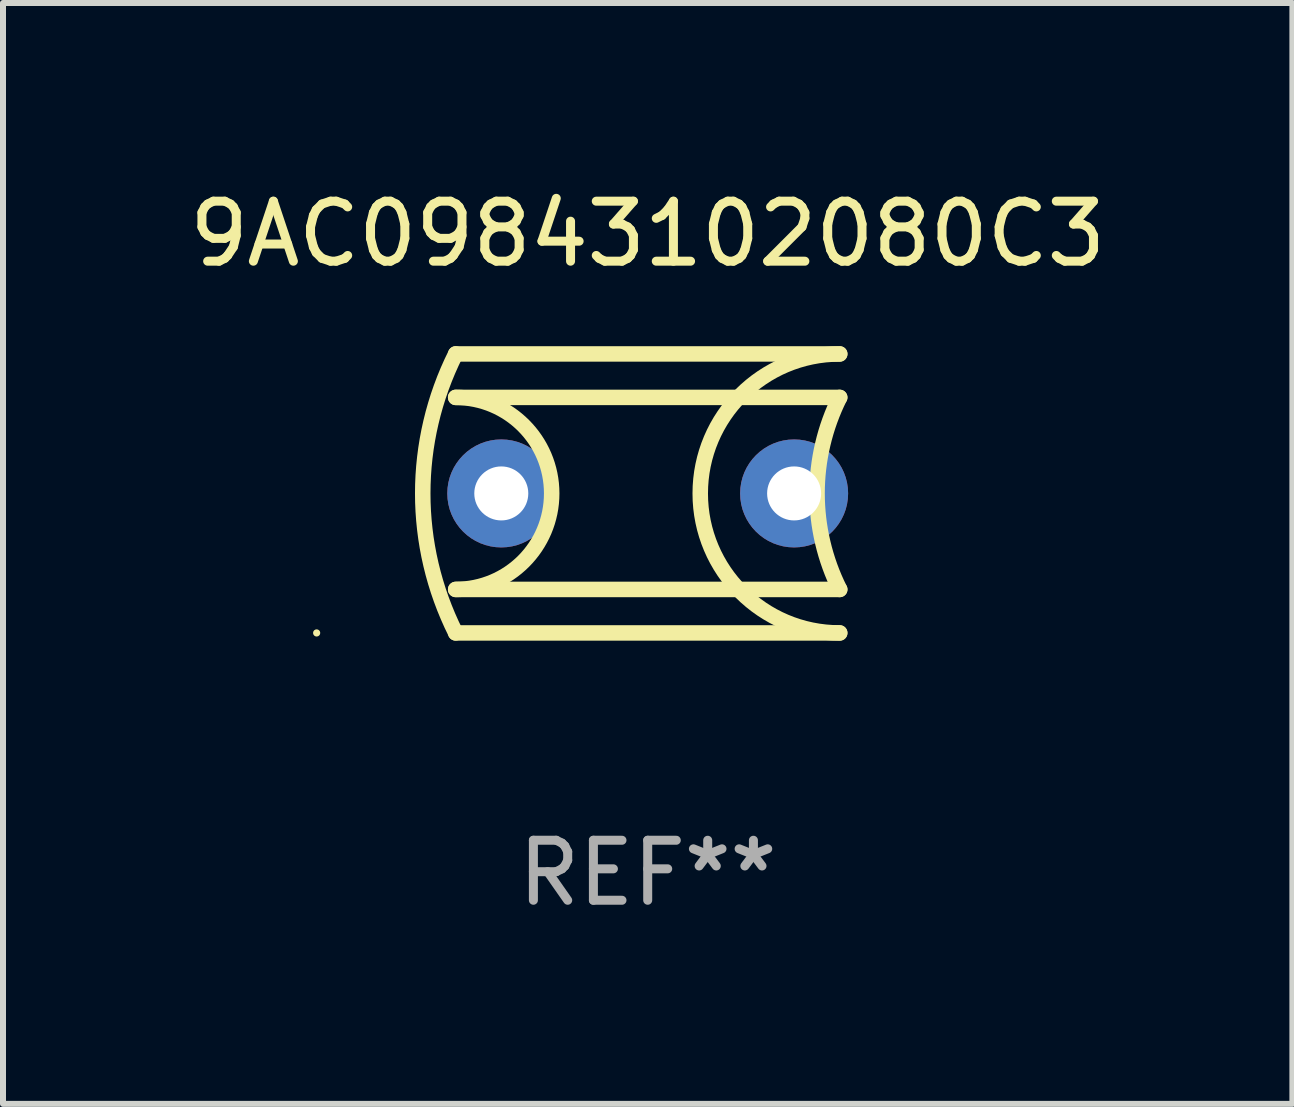
<source format=kicad_pcb>
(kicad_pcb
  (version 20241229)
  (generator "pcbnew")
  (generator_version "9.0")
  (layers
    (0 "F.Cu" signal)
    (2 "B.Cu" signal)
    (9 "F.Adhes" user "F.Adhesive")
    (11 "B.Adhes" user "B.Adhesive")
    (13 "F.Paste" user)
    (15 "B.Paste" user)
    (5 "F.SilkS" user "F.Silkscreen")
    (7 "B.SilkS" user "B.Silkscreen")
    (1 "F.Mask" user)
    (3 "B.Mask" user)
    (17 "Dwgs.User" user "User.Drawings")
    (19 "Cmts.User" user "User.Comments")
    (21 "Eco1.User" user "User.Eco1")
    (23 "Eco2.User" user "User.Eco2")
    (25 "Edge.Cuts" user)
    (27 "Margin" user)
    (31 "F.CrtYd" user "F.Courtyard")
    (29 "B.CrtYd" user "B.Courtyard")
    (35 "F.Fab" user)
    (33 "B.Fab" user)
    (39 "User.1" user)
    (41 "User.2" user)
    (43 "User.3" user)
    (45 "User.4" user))
  (footprint "9AC09843102080C3"
    (layer "F.Cu")
    (at 7.744 5.173)
    (property "Reference" "9AC09843102080C3" (at 0 -4.325 0) (layer "F.SilkS") (effects (font (size 1 1) (thickness 0.15))))
    (attr through_hole)
    (fp_line (start -3.2 -2.325) (end 3.2 -2.325) (stroke (width 0.258) (type solid)) (layer "F.SilkS"))
    (fp_line (start -3.2 1.6) (end 3.2 1.6) (stroke (width 0.258) (type solid)) (layer "F.SilkS"))
    (fp_line (start 3.2 2.325) (end -3.2 2.325) (stroke (width 0.258) (type solid)) (layer "F.SilkS"))
    (fp_line (start 3.2 -1.6) (end -3.2 -1.6) (stroke (width 0.258) (type solid)) (layer "F.SilkS"))
    (fp_arc (start -3.200382 2.324143) (mid -3.748993 -0.000455) (end -3.199975 -2.324956) (stroke (width 0.258065) (type solid)) (layer "F.SilkS"))
    (fp_arc (start -3.20038 -1.600166) (mid -1.600253 -0.000253) (end -3.199975 1.600064) (stroke (width 0.258065) (type solid)) (layer "F.SilkS"))
    (fp_arc (start 3.199949 2.324981) (mid 0.87592 0.000216) (end 3.200431 -2.324067) (stroke (width 0.258065) (type solid)) (layer "F.SilkS"))
    (fp_arc (start 3.200432 1.600241) (mid 2.82255 0.000178) (end 3.2 -1.599987) (stroke (width 0.258065) (type solid)) (layer "F.SilkS"))
    (fp_circle (center -5.517 2.325) (end -5.487 2.325) (stroke (width 0.06) (type solid)) (fill no) (layer "F.SilkS"))
    (fp_text user "REF**" (at 0 6.325 0) (layer "F.Fab") (effects (font (size 1 1) (thickness 0.15))))
    (pad "1" thru_hole circle (at -2.44 0.000038) (size 1.8 1.8) (drill 0.9) (layers "*.Cu" "*.Mask"))
    (pad "2" thru_hole circle (at 2.44 0.000038) (size 1.8 1.8) (drill 0.9) (layers "*.Cu" "*.Mask")))
  (gr_rect
    (start -3 -3)
    (end 18.488 15.346)
    (stroke (width 0.1) (type default))
    (fill no)
    (layer "Edge.Cuts")))
</source>
